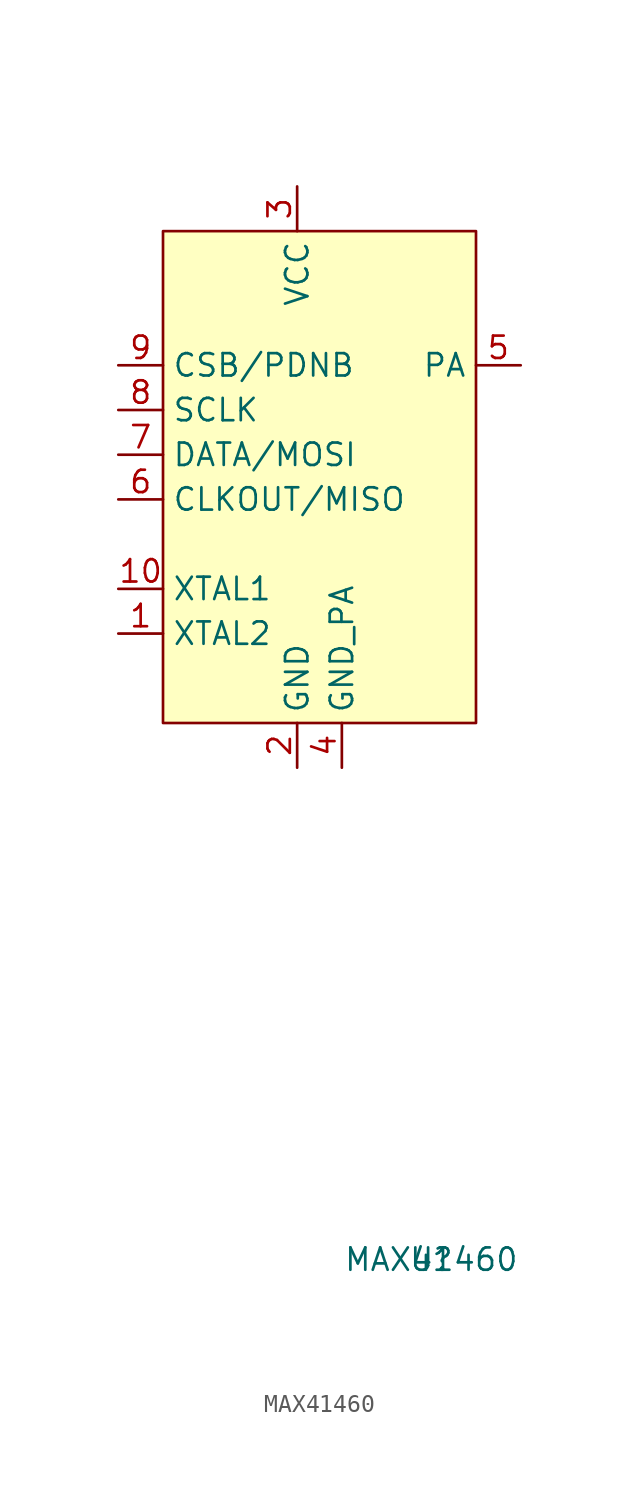
<source format=kicad_sym>
(kicad_symbol_lib
  (version 20220914)
  (generator kicad_symbol_editor)
  (symbol "MAX41460"
    (property "Reference" "U"
      (at 0 0 0)
      (effects (font (size 1.27 1.27))))
    (property "Value" "MAX41460"
      (at 0 0 0)
      (effects (font (size 1.27 1.27))))
    (symbol "MAX41460_0_1"
      (rectangle (start -15.24 58.42) (end 2.54 30.48) (stroke (width 0) (type default)) (fill (type background))))
    (symbol "MAX41460_1_0"
      (pin bidirectional line (at -17.78 35.56 0) (length 2.54) (name "XTAL2" (effects (font (size 1.27 1.27)))) (number "1" (effects (font (size 1.27 1.27)))))
      (pin bidirectional line (at -17.78 38.1 0) (length 2.54) (name "XTAL1" (effects (font (size 1.27 1.27)))) (number "10" (effects (font (size 1.27 1.27)))))
      (pin power_in line (at -7.62 27.94 90) (length 2.54) (name "GND" (effects (font (size 1.27 1.27)))) (number "2" (effects (font (size 1.27 1.27)))))
      (pin power_in line (at -7.62 60.96 270) (length 2.54) (name "VCC" (effects (font (size 1.27 1.27)))) (number "3" (effects (font (size 1.27 1.27)))))
      (pin power_in line (at -5.08 27.94 90) (length 2.54) (name "GND_PA" (effects (font (size 1.27 1.27)))) (number "4" (effects (font (size 1.27 1.27)))))
      (pin bidirectional line (at 5.08 50.8 180) (length 2.54) (name "PA" (effects (font (size 1.27 1.27)))) (number "5" (effects (font (size 1.27 1.27)))))
      (pin bidirectional line (at -17.78 43.18 0) (length 2.54) (name "CLKOUT/MISO" (effects (font (size 1.27 1.27)))) (number "6" (effects (font (size 1.27 1.27)))))
      (pin bidirectional line (at -17.78 45.72 0) (length 2.54) (name "DATA/MOSI" (effects (font (size 1.27 1.27)))) (number "7" (effects (font (size 1.27 1.27)))))
      (pin bidirectional line (at -17.78 48.26 0) (length 2.54) (name "SCLK" (effects (font (size 1.27 1.27)))) (number "8" (effects (font (size 1.27 1.27)))))
      (pin bidirectional line (at -17.78 50.8 0) (length 2.54) (name "CSB/PDNB" (effects (font (size 1.27 1.27)))) (number "9" (effects (font (size 1.27 1.27))))))))
</source>
